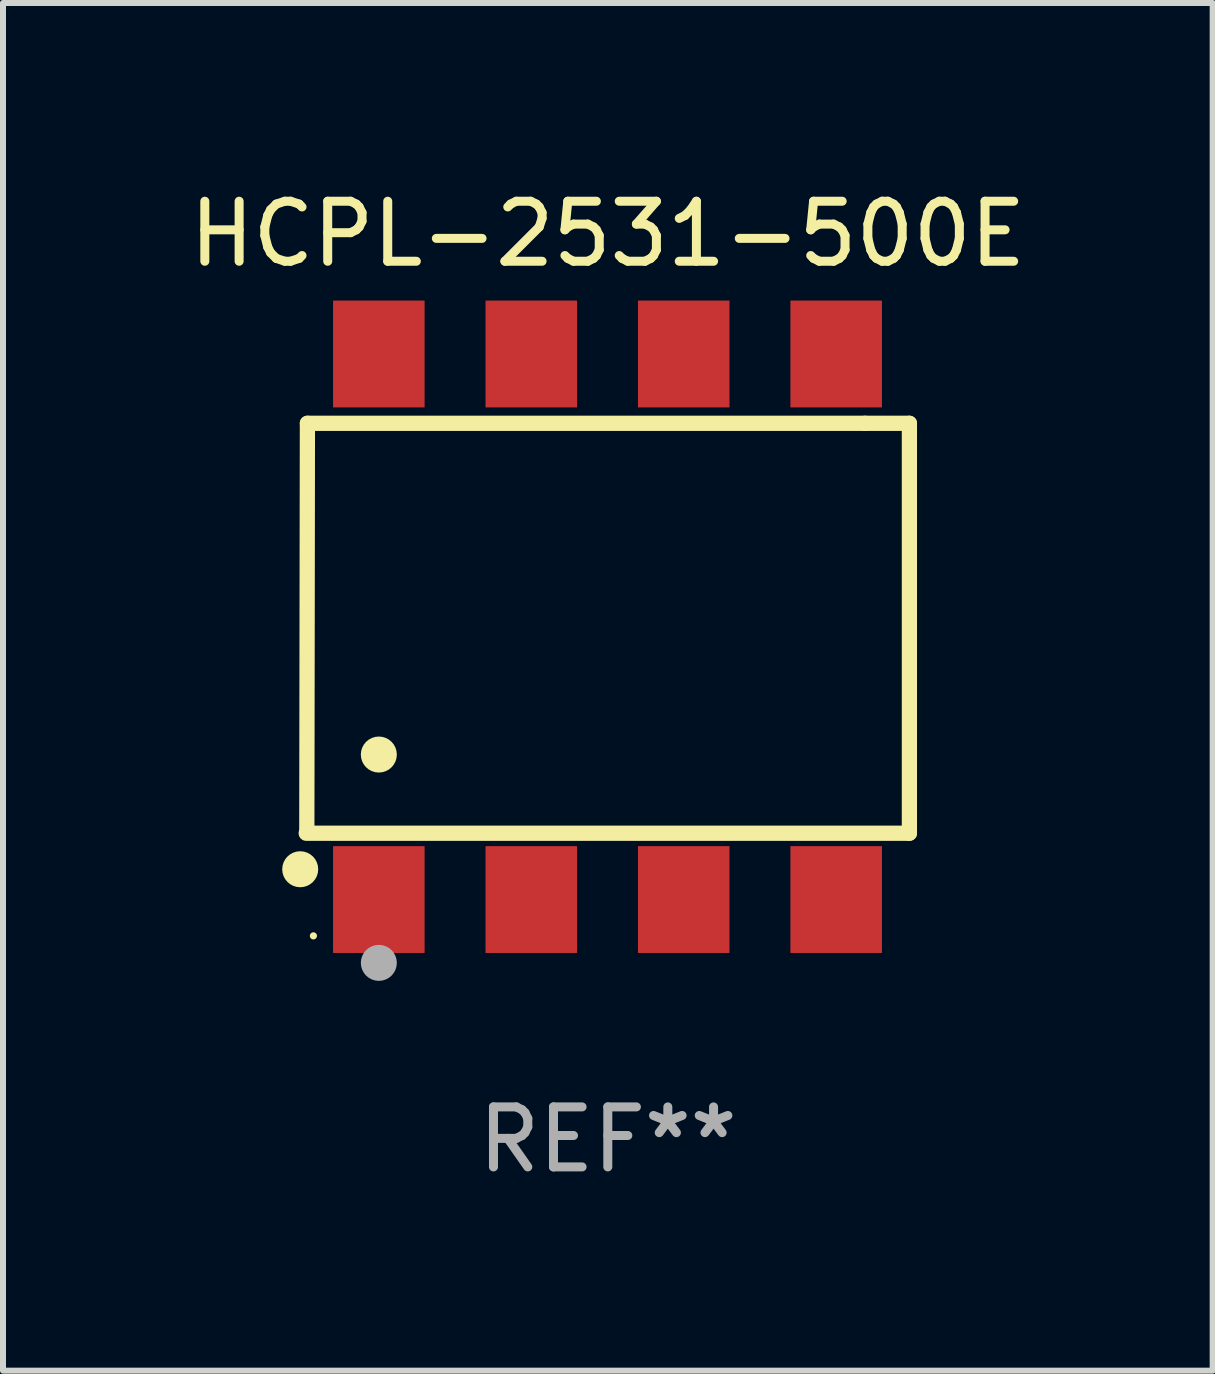
<source format=kicad_pcb>
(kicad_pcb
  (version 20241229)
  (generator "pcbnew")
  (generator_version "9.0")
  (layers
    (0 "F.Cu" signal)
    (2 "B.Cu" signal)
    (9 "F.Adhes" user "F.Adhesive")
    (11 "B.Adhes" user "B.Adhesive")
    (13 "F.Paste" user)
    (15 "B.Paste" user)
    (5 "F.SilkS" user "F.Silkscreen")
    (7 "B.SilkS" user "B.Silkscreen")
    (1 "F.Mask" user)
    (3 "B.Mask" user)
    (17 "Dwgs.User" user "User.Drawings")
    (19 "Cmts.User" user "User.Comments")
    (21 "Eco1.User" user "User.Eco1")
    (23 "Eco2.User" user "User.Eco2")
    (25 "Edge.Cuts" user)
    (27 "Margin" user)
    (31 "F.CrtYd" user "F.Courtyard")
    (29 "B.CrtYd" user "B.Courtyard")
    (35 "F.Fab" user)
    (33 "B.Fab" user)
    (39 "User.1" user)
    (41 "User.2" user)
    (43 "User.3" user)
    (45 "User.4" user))
  (footprint "HCPL-2531-500E"
    (layer "F.Cu")
    (at 7.077 7.393)
    (property "Reference" "HCPL-2531-500E" (at 0 -6.545 0) (layer "F.SilkS") (effects (font (size 1 1) (thickness 0.15))))
    (attr through_hole)
    (fp_line (start -5.005 -3.39) (end -5.015 3.42) (stroke (width 0.254) (type solid)) (layer "F.SilkS"))
    (fp_line (start 4.285 -3.39) (end -5.005 -3.39) (stroke (width 0.254) (type solid)) (layer "F.SilkS"))
    (fp_line (start 4.285 -3.39) (end 5.025 -3.39) (stroke (width 0.254) (type solid)) (layer "F.SilkS"))
    (fp_line (start 5.025 -3.39) (end 5.025 3.44) (stroke (width 0.254) (type solid)) (layer "F.SilkS"))
    (fp_line (start 5.025 3.44) (end -5.025 3.44) (stroke (width 0.254) (type solid)) (layer "F.SilkS"))
    (fp_circle (center -5.125 4.04) (end -4.975 4.04) (stroke (width 0.3) (type solid)) (fill no) (layer "F.SilkS"))
    (fp_circle (center -4.905 5.15) (end -4.875 5.15) (stroke (width 0.06) (type solid)) (fill no) (layer "F.SilkS"))
    (fp_circle (center -3.815 2.129) (end -3.665 2.129) (stroke (width 0.3) (type solid)) (fill no) (layer "F.SilkS"))
    (fp_circle (center -3.815 5.6) (end -3.665 5.6) (stroke (width 0.3) (type solid)) (fill no) (layer "F.Fab"))
    (fp_text user "REF**" (at 0 8.545 0) (layer "F.Fab") (effects (font (size 1 1) (thickness 0.15))))
    (pad "1" smd rect (at -3.815 4.545) (size 1.525 1.78) (layers "F.Cu" "F.Mask" "F.Paste"))
    (pad "2" smd rect (at -1.275 4.545) (size 1.525 1.78) (layers "F.Cu" "F.Mask" "F.Paste"))
    (pad "3" smd rect (at 1.265 4.545) (size 1.525 1.78) (layers "F.Cu" "F.Mask" "F.Paste"))
    (pad "4" smd rect (at 3.805 4.545) (size 1.525 1.78) (layers "F.Cu" "F.Mask" "F.Paste"))
    (pad "5" smd rect (at 3.805 -4.545) (size 1.525 1.78) (layers "F.Cu" "F.Mask" "F.Paste"))
    (pad "6" smd rect (at 1.265 -4.545) (size 1.525 1.78) (layers "F.Cu" "F.Mask" "F.Paste"))
    (pad "7" smd rect (at -1.275 -4.545) (size 1.525 1.78) (layers "F.Cu" "F.Mask" "F.Paste"))
    (pad "8" smd rect (at -3.815 -4.545) (size 1.525 1.78) (layers "F.Cu" "F.Mask" "F.Paste")))
  (gr_rect
    (start -3 -3)
    (end 17.155 19.787)
    (stroke (width 0.1) (type default))
    (fill no)
    (layer "Edge.Cuts")))
</source>
